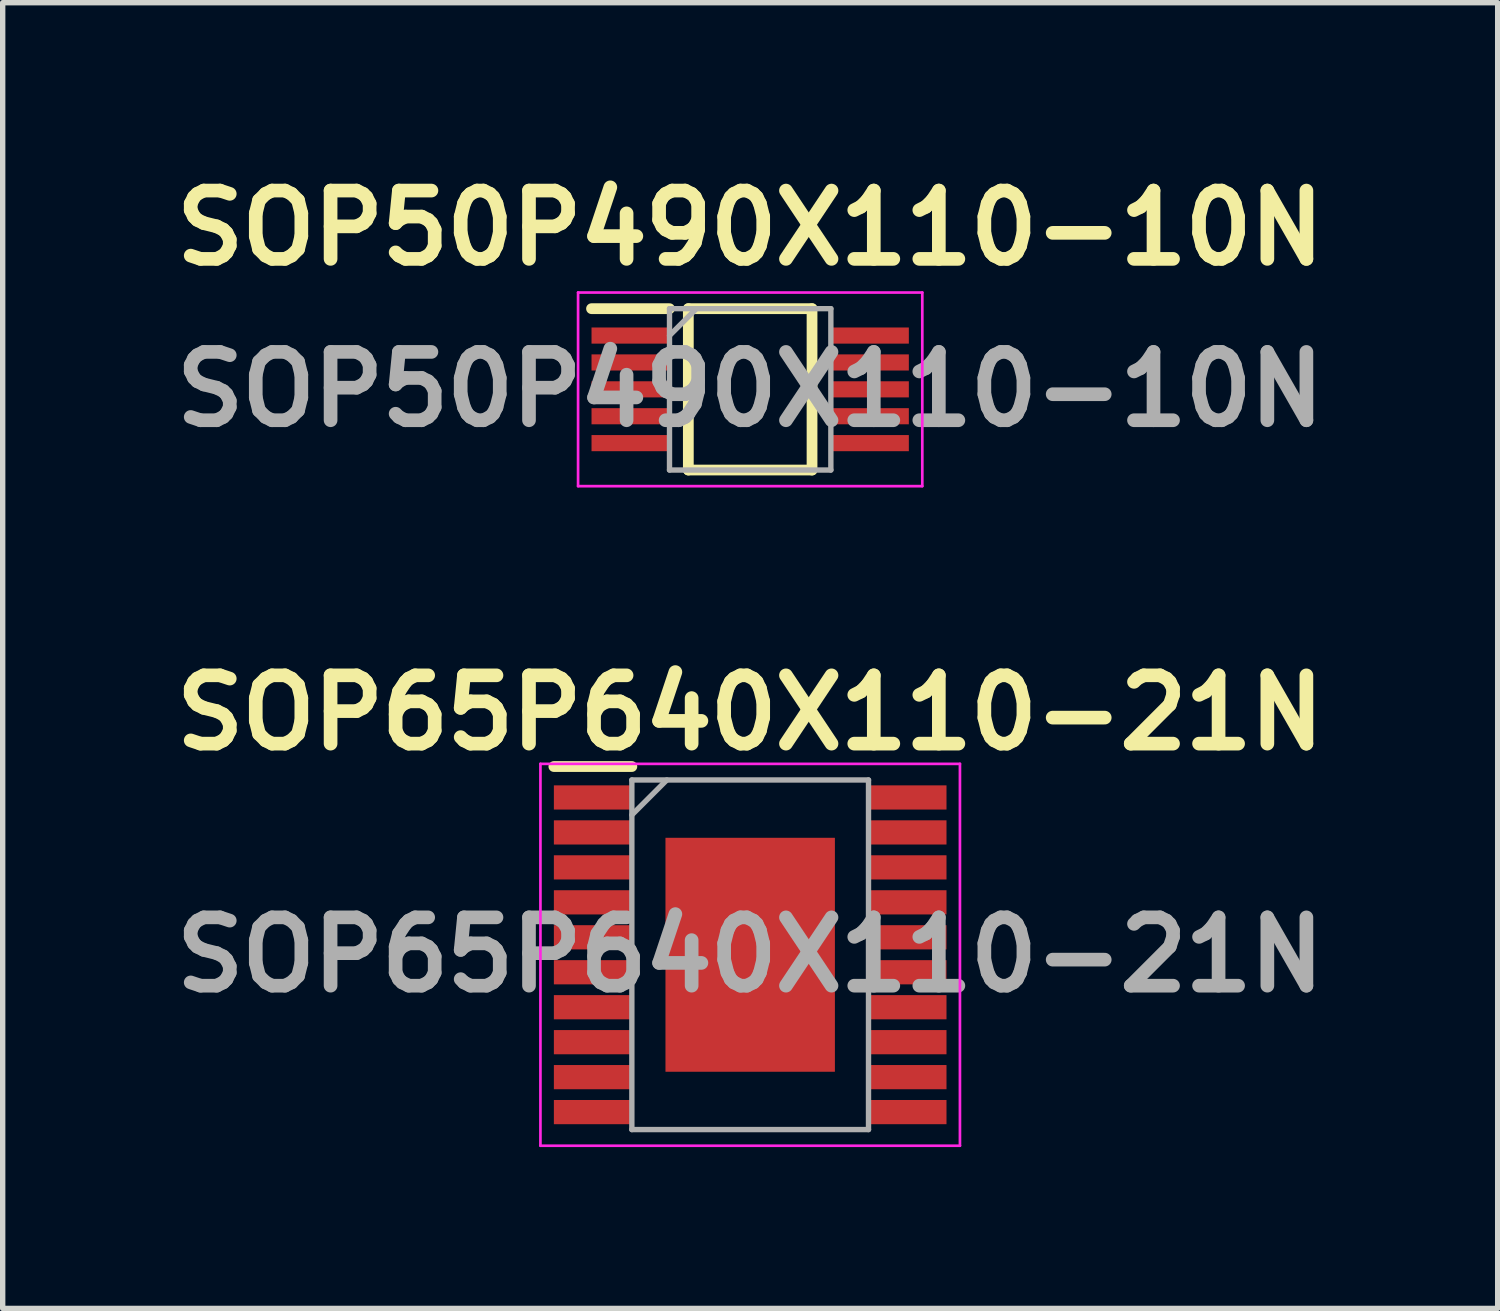
<source format=kicad_pcb>
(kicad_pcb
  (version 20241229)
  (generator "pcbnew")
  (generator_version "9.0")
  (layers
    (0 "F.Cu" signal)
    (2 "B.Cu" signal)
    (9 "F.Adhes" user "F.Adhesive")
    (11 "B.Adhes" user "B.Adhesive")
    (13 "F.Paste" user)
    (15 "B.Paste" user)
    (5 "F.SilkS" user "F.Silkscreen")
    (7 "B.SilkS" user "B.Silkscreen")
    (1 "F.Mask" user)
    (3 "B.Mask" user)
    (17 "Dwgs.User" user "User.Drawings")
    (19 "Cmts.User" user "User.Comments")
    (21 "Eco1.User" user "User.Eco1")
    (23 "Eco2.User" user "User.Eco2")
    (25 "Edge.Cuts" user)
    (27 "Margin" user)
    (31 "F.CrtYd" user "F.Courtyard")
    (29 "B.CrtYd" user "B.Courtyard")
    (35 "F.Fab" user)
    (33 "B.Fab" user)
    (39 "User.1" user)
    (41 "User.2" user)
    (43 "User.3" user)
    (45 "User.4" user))
  (footprint "SOP50P490X110-10N"
    (layer "F.Cu")
    (at 10.898 4.189)
    (property "Reference" "SOP50P490X110-10N" (at 0 -3 0) (layer "F.SilkS") (effects (font (size 1.27 1.27) (thickness 0.254))))
    (attr smd)
    (fp_line (start -2.95 -1.5) (end -1.5 -1.5) (stroke (width 0.2) (type solid)) (layer "F.SilkS"))
    (fp_line (start -1.15 -1.5) (end 1.15 -1.5) (stroke (width 0.2) (type solid)) (layer "F.SilkS"))
    (fp_line (start -1.15 1.5) (end -1.15 -1.5) (stroke (width 0.2) (type solid)) (layer "F.SilkS"))
    (fp_line (start 1.15 -1.5) (end 1.15 1.5) (stroke (width 0.2) (type solid)) (layer "F.SilkS"))
    (fp_line (start 1.15 1.5) (end -1.15 1.5) (stroke (width 0.2) (type solid)) (layer "F.SilkS"))
    (fp_line (start -3.2 -1.8) (end 3.2 -1.8) (stroke (width 0.05) (type solid)) (layer "F.CrtYd"))
    (fp_line (start -3.2 1.8) (end -3.2 -1.8) (stroke (width 0.05) (type solid)) (layer "F.CrtYd"))
    (fp_line (start 3.2 -1.8) (end 3.2 1.8) (stroke (width 0.05) (type solid)) (layer "F.CrtYd"))
    (fp_line (start 3.2 1.8) (end -3.2 1.8) (stroke (width 0.05) (type solid)) (layer "F.CrtYd"))
    (fp_line (start -1.5 -1.5) (end 1.5 -1.5) (stroke (width 0.1) (type solid)) (layer "F.Fab"))
    (fp_line (start -1.5 -1) (end -1 -1.5) (stroke (width 0.1) (type solid)) (layer "F.Fab"))
    (fp_line (start -1.5 1.5) (end -1.5 -1.5) (stroke (width 0.1) (type solid)) (layer "F.Fab"))
    (fp_line (start 1.5 -1.5) (end 1.5 1.5) (stroke (width 0.1) (type solid)) (layer "F.Fab"))
    (fp_line (start 1.5 1.5) (end -1.5 1.5) (stroke (width 0.1) (type solid)) (layer "F.Fab"))
    (fp_text user "${REFERENCE}" (at 0 0 0) (layer "F.Fab") (effects (font (size 1.27 1.27) (thickness 0.254))))
    (pad "1" smd rect (at -2.225 -1 90) (size 0.3 1.45) (layers "F.Cu" "F.Mask" "F.Paste"))
    (pad "2" smd rect (at -2.225 -0.5 90) (size 0.3 1.45) (layers "F.Cu" "F.Mask" "F.Paste"))
    (pad "3" smd rect (at -2.225 0 90) (size 0.3 1.45) (layers "F.Cu" "F.Mask" "F.Paste"))
    (pad "4" smd rect (at -2.225 0.5 90) (size 0.3 1.45) (layers "F.Cu" "F.Mask" "F.Paste"))
    (pad "5" smd rect (at -2.225 1 90) (size 0.3 1.45) (layers "F.Cu" "F.Mask" "F.Paste"))
    (pad "6" smd rect (at 2.225 1 90) (size 0.3 1.45) (layers "F.Cu" "F.Mask" "F.Paste"))
    (pad "7" smd rect (at 2.225 0.5 90) (size 0.3 1.45) (layers "F.Cu" "F.Mask" "F.Paste"))
    (pad "8" smd rect (at 2.225 0 90) (size 0.3 1.45) (layers "F.Cu" "F.Mask" "F.Paste"))
    (pad "9" smd rect (at 2.225 -0.5 90) (size 0.3 1.45) (layers "F.Cu" "F.Mask" "F.Paste"))
    (pad "10" smd rect (at 2.225 -1 90) (size 0.3 1.45) (layers "F.Cu" "F.Mask" "F.Paste")))
  (footprint "SOP65P640X110-21N"
    (layer "F.Cu")
    (at 10.898 14.702)
    (property "Reference" "SOP65P640X110-21N" (at 0 -4.5 0) (layer "F.SilkS") (effects (font (size 1.27 1.27) (thickness 0.254))))
    (attr smd)
    (fp_line (start -3.65 -3.5) (end -2.2 -3.5) (stroke (width 0.2) (type solid)) (layer "F.SilkS"))
    (fp_line (start -3.9 -3.55) (end 3.9 -3.55) (stroke (width 0.05) (type solid)) (layer "F.CrtYd"))
    (fp_line (start -3.9 3.55) (end -3.9 -3.55) (stroke (width 0.05) (type solid)) (layer "F.CrtYd"))
    (fp_line (start 3.9 -3.55) (end 3.9 3.55) (stroke (width 0.05) (type solid)) (layer "F.CrtYd"))
    (fp_line (start 3.9 3.55) (end -3.9 3.55) (stroke (width 0.05) (type solid)) (layer "F.CrtYd"))
    (fp_line (start -2.2 -3.25) (end 2.2 -3.25) (stroke (width 0.1) (type solid)) (layer "F.Fab"))
    (fp_line (start -2.2 -2.6) (end -1.55 -3.25) (stroke (width 0.1) (type solid)) (layer "F.Fab"))
    (fp_line (start -2.2 3.25) (end -2.2 -3.25) (stroke (width 0.1) (type solid)) (layer "F.Fab"))
    (fp_line (start 2.2 -3.25) (end 2.2 3.25) (stroke (width 0.1) (type solid)) (layer "F.Fab"))
    (fp_line (start 2.2 3.25) (end -2.2 3.25) (stroke (width 0.1) (type solid)) (layer "F.Fab"))
    (fp_text user "${REFERENCE}" (at 0 0 0) (layer "F.Fab") (effects (font (size 1.27 1.27) (thickness 0.254))))
    (pad "1" smd rect (at -2.925 -2.925 90) (size 0.45 1.45) (layers "F.Cu" "F.Mask" "F.Paste"))
    (pad "2" smd rect (at -2.925 -2.275 90) (size 0.45 1.45) (layers "F.Cu" "F.Mask" "F.Paste"))
    (pad "3" smd rect (at -2.925 -1.625 90) (size 0.45 1.45) (layers "F.Cu" "F.Mask" "F.Paste"))
    (pad "4" smd rect (at -2.925 -0.975 90) (size 0.45 1.45) (layers "F.Cu" "F.Mask" "F.Paste"))
    (pad "5" smd rect (at -2.925 -0.325 90) (size 0.45 1.45) (layers "F.Cu" "F.Mask" "F.Paste"))
    (pad "6" smd rect (at -2.925 0.325 90) (size 0.45 1.45) (layers "F.Cu" "F.Mask" "F.Paste"))
    (pad "7" smd rect (at -2.925 0.975 90) (size 0.45 1.45) (layers "F.Cu" "F.Mask" "F.Paste"))
    (pad "8" smd rect (at -2.925 1.625 90) (size 0.45 1.45) (layers "F.Cu" "F.Mask" "F.Paste"))
    (pad "9" smd rect (at -2.925 2.275 90) (size 0.45 1.45) (layers "F.Cu" "F.Mask" "F.Paste"))
    (pad "10" smd rect (at -2.925 2.925 90) (size 0.45 1.45) (layers "F.Cu" "F.Mask" "F.Paste"))
    (pad "11" smd rect (at 2.925 2.925 90) (size 0.45 1.45) (layers "F.Cu" "F.Mask" "F.Paste"))
    (pad "12" smd rect (at 2.925 2.275 90) (size 0.45 1.45) (layers "F.Cu" "F.Mask" "F.Paste"))
    (pad "13" smd rect (at 2.925 1.625 90) (size 0.45 1.45) (layers "F.Cu" "F.Mask" "F.Paste"))
    (pad "14" smd rect (at 2.925 0.975 90) (size 0.45 1.45) (layers "F.Cu" "F.Mask" "F.Paste"))
    (pad "15" smd rect (at 2.925 0.325 90) (size 0.45 1.45) (layers "F.Cu" "F.Mask" "F.Paste"))
    (pad "16" smd rect (at 2.925 -0.325 90) (size 0.45 1.45) (layers "F.Cu" "F.Mask" "F.Paste"))
    (pad "17" smd rect (at 2.925 -0.975 90) (size 0.45 1.45) (layers "F.Cu" "F.Mask" "F.Paste"))
    (pad "18" smd rect (at 2.925 -1.625 90) (size 0.45 1.45) (layers "F.Cu" "F.Mask" "F.Paste"))
    (pad "19" smd rect (at 2.925 -2.275 90) (size 0.45 1.45) (layers "F.Cu" "F.Mask" "F.Paste"))
    (pad "20" smd rect (at 2.925 -2.925 90) (size 0.45 1.45) (layers "F.Cu" "F.Mask" "F.Paste"))
    (pad "21" smd rect (at 0 0) (size 3.15 4.35) (layers "F.Cu" "F.Mask" "F.Paste")))
  (gr_rect
    (start -3 -3)
    (end 24.796 21.277)
    (stroke (width 0.1) (type default))
    (fill no)
    (layer "Edge.Cuts")))
</source>
